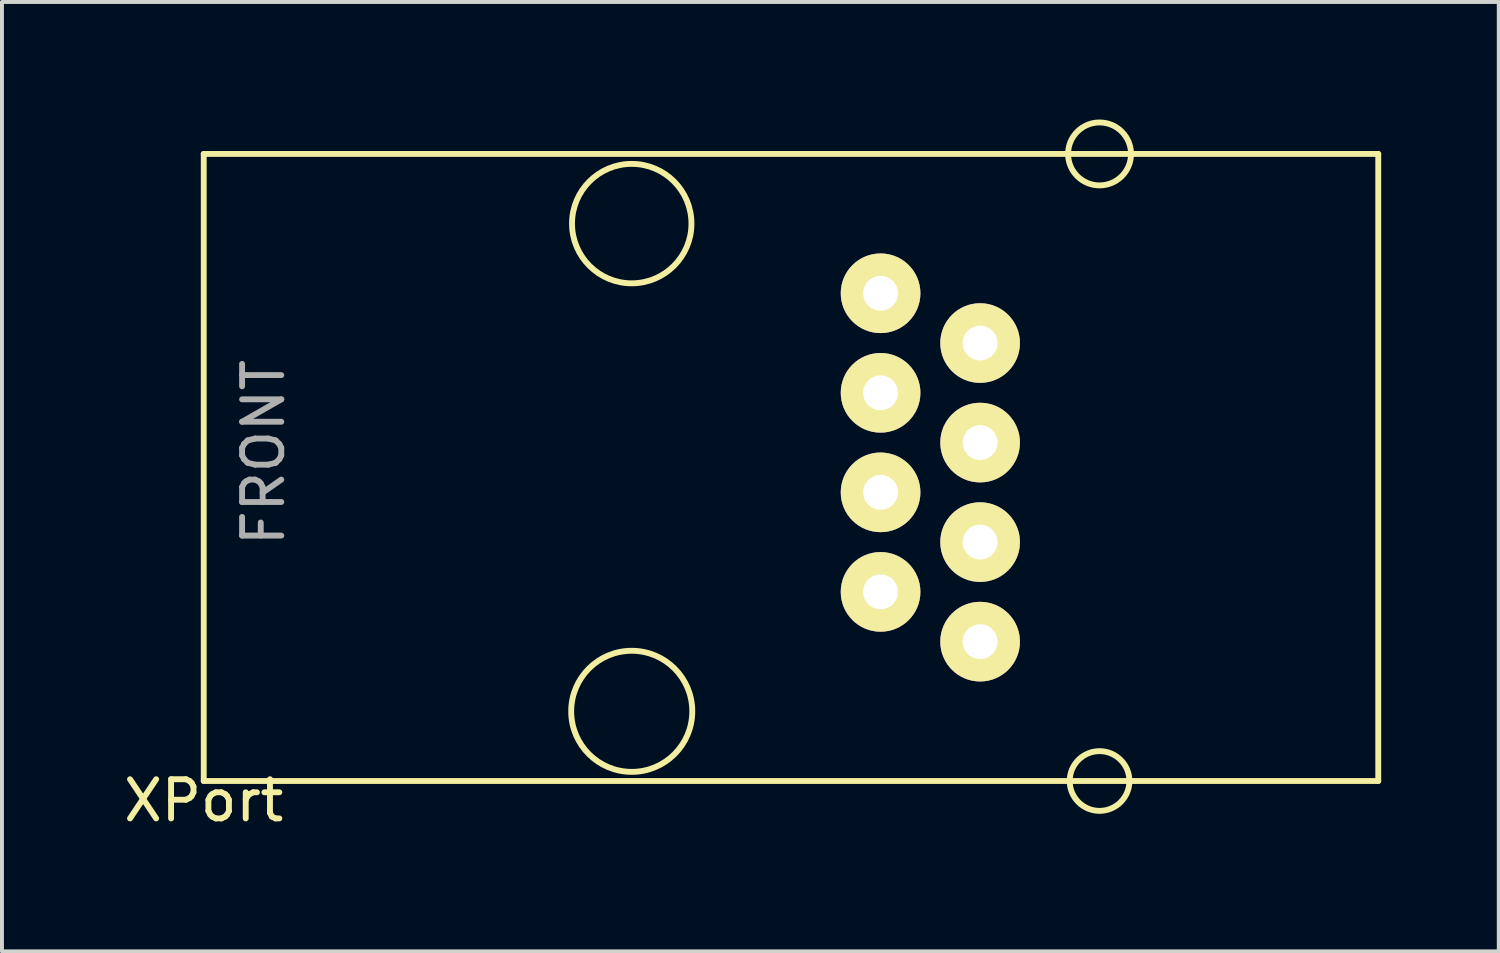
<source format=kicad_pcb>
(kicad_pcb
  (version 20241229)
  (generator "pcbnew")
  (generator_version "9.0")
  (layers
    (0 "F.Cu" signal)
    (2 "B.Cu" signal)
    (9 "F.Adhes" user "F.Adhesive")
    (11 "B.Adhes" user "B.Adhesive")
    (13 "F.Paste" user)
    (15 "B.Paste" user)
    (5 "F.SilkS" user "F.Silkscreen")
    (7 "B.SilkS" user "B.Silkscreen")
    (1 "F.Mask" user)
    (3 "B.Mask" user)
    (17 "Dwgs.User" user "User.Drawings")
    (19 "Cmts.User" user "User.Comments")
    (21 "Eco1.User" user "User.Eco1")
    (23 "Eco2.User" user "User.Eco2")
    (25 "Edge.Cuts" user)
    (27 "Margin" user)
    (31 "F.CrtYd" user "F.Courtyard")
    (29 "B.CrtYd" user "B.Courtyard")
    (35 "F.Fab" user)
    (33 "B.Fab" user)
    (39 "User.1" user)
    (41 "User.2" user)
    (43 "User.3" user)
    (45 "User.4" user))
  (footprint "XPort"
    (layer "F.Cu")
    (at 2.149 9.514)
    (property "Reference" "XPort" (at 0 7.866 0) (layer "F.SilkS") (effects (font (size 1 1) (thickness 0.15))))
    (attr through_hole)
    (fp_line (start 0 -8.636) (end 29.972 -8.636) (stroke (width 0.15) (type solid)) (layer "F.SilkS"))
    (fp_line (start 0 7.366) (end 0 -8.636) (stroke (width 0.15) (type solid)) (layer "F.SilkS"))
    (fp_line (start 29.972 -8.636) (end 29.972 7.366) (stroke (width 0.15) (type solid)) (layer "F.SilkS"))
    (fp_line (start 29.972 7.366) (end 0 7.366) (stroke (width 0.15) (type solid)) (layer "F.SilkS"))
    (fp_circle (center 10.922 -6.858) (end 10.922 -5.334) (stroke (width 0.15) (type solid)) (fill no) (layer "F.SilkS"))
    (fp_circle (center 10.922 5.588) (end 11.176 4.064) (stroke (width 0.15) (type solid)) (fill no) (layer "F.SilkS"))
    (fp_circle (center 22.86 -8.636) (end 23.114 -9.398) (stroke (width 0.15) (type solid)) (fill no) (layer "F.SilkS"))
    (fp_circle (center 22.86 7.366) (end 22.86 6.604) (stroke (width 0.15) (type solid)) (fill no) (layer "F.SilkS"))
    (fp_text user "FRONT" (at 1.524 -1.016 90) (layer "F.Fab") (effects (font (size 1 1) (thickness 0.15))))
    (pad "1" thru_hole circle (at 19.812 3.81) (size 2.032 2.032) (drill 0.889) (layers "*.Cu" "*.Mask" "F.SilkS"))
    (pad "2" thru_hole circle (at 17.272 2.54) (size 2.032 2.032) (drill 0.889) (layers "*.Cu" "*.Mask" "F.SilkS"))
    (pad "3" thru_hole circle (at 19.812 1.27) (size 2.032 2.032) (drill 0.889) (layers "*.Cu" "*.Mask" "F.SilkS"))
    (pad "4" thru_hole circle (at 17.272 0) (size 2.032 2.032) (drill 0.889) (layers "*.Cu" "*.Mask" "F.SilkS"))
    (pad "5" thru_hole circle (at 19.812 -1.27) (size 2.032 2.032) (drill 0.889) (layers "*.Cu" "*.Mask" "F.SilkS"))
    (pad "6" thru_hole circle (at 17.272 -2.54) (size 2.032 2.032) (drill 0.889) (layers "*.Cu" "*.Mask" "F.SilkS"))
    (pad "7" thru_hole circle (at 19.812 -3.81) (size 2.032 2.032) (drill 0.889) (layers "*.Cu" "*.Mask" "F.SilkS"))
    (pad "8" thru_hole circle (at 17.272 -5.08) (size 2.032 2.032) (drill 0.889) (layers "*.Cu" "*.Mask" "F.SilkS")))
  (gr_rect
    (start -3 -3)
    (end 35.196 21.228)
    (stroke (width 0.1) (type default))
    (fill no)
    (layer "Edge.Cuts")))
</source>
